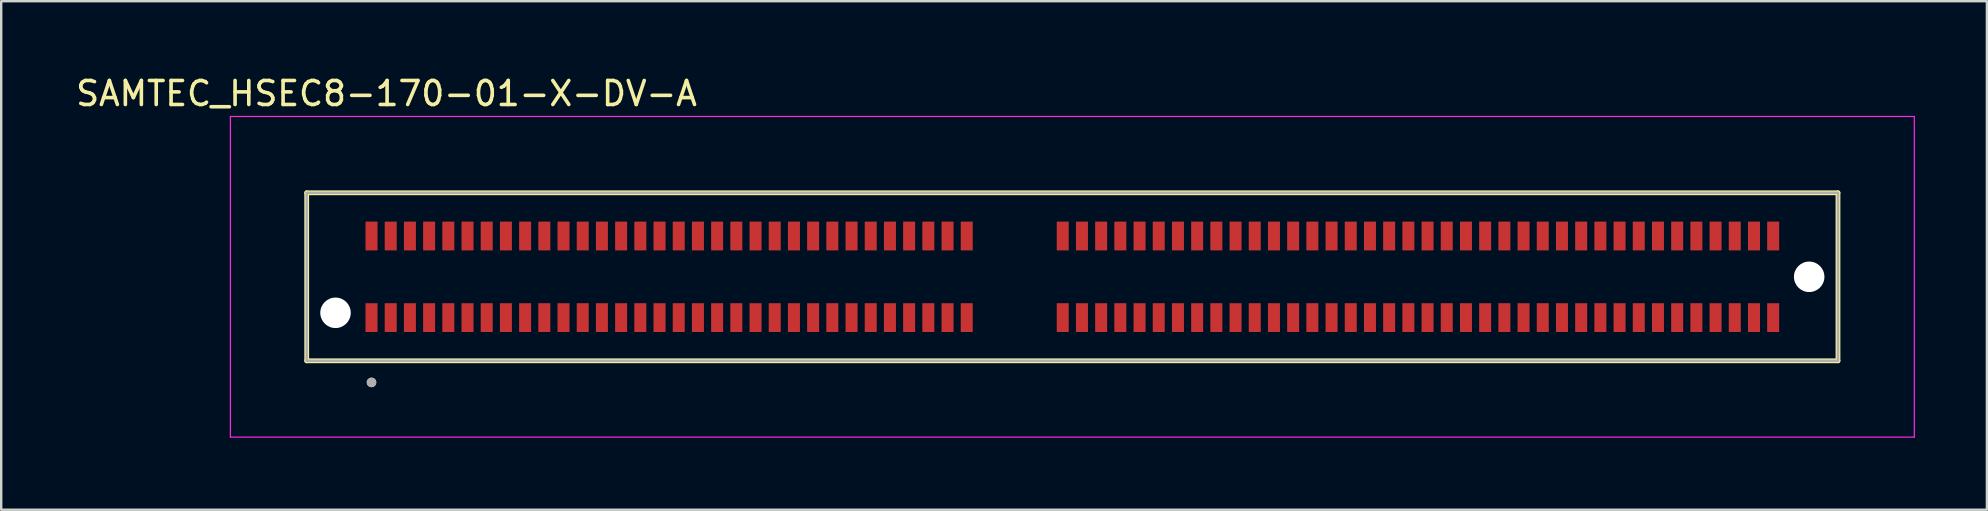
<source format=kicad_pcb>
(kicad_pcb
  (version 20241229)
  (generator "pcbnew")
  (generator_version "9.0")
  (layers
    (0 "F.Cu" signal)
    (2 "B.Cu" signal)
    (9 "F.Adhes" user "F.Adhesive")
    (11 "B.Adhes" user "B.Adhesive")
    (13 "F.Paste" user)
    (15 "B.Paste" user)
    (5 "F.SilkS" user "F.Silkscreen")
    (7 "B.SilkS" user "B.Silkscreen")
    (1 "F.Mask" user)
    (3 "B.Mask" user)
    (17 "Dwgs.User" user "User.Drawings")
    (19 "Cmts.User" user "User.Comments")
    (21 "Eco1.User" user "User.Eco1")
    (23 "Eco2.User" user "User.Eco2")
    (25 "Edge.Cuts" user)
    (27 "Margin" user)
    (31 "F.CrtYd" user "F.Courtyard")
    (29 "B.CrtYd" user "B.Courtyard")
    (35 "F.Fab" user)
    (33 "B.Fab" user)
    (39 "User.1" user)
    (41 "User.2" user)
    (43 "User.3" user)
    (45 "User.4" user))
  (footprint "SAMTEC_HSEC8-170-01-X-DV-A"
    (layer "F.Cu")
    (at 41.629 8.483)
    (property "Reference" "SAMTEC_HSEC8-170-01-X-DV-A" (at -28.575 -7.635 0) (layer "F.SilkS") (effects (font (size 1 1) (thickness 0.15))))
    (attr smd)
    (fp_line (start -31.9 -3.5) (end -31.9 3.5) (stroke (width 0.2) (type solid)) (layer "F.SilkS"))
    (fp_line (start -31.9 3.5) (end 31.9 3.5) (stroke (width 0.2) (type solid)) (layer "F.SilkS"))
    (fp_line (start 31.9 -3.5) (end -31.9 -3.5) (stroke (width 0.2) (type solid)) (layer "F.SilkS"))
    (fp_line (start 31.9 3.5) (end 31.9 -3.5) (stroke (width 0.2) (type solid)) (layer "F.SilkS"))
    (fp_circle (center -29.2 4.4) (end -29.1 4.4) (stroke (width 0.2) (type solid)) (fill no) (layer "F.SilkS"))
    (fp_line (start -35.08 -6.68) (end -35.08 6.68) (stroke (width 0.05) (type solid)) (layer "F.CrtYd"))
    (fp_line (start -35.08 6.68) (end 35.08 6.68) (stroke (width 0.05) (type solid)) (layer "F.CrtYd"))
    (fp_line (start 35.08 -6.68) (end -35.08 -6.68) (stroke (width 0.05) (type solid)) (layer "F.CrtYd"))
    (fp_line (start 35.08 6.68) (end 35.08 -6.68) (stroke (width 0.05) (type solid)) (layer "F.CrtYd"))
    (fp_line (start -31.9 -3.5) (end -31.9 3.5) (stroke (width 0.1) (type solid)) (layer "F.Fab"))
    (fp_line (start -31.9 3.5) (end 31.9 3.5) (stroke (width 0.1) (type solid)) (layer "F.Fab"))
    (fp_line (start 31.9 -3.5) (end -31.9 -3.5) (stroke (width 0.1) (type solid)) (layer "F.Fab"))
    (fp_line (start 31.9 3.5) (end 31.9 -3.5) (stroke (width 0.1) (type solid)) (layer "F.Fab"))
    (fp_circle (center -29.2 4.4) (end -29.1 4.4) (stroke (width 0.2) (type solid)) (fill no) (layer "F.Fab"))
    (pad "" np_thru_hole circle (at -30.7 1.5) (size 1.27 1.27) (drill 1.27) (layers "*.Cu" "*.Mask"))
    (pad "" np_thru_hole circle (at 30.7 0) (size 1.27 1.27) (drill 1.27) (layers "*.Cu" "*.Mask"))
    (pad "01" smd rect (at -29.2 1.7) (size 0.5 1.2) (layers "F.Cu" "F.Mask" "F.Paste"))
    (pad "02" smd rect (at -29.2 -1.7) (size 0.5 1.2) (layers "F.Cu" "F.Mask" "F.Paste"))
    (pad "03" smd rect (at -28.4 1.7) (size 0.5 1.2) (layers "F.Cu" "F.Mask" "F.Paste"))
    (pad "04" smd rect (at -28.4 -1.7) (size 0.5 1.2) (layers "F.Cu" "F.Mask" "F.Paste"))
    (pad "05" smd rect (at -27.6 1.7) (size 0.5 1.2) (layers "F.Cu" "F.Mask" "F.Paste"))
    (pad "06" smd rect (at -27.6 -1.7) (size 0.5 1.2) (layers "F.Cu" "F.Mask" "F.Paste"))
    (pad "07" smd rect (at -26.8 1.7) (size 0.5 1.2) (layers "F.Cu" "F.Mask" "F.Paste"))
    (pad "08" smd rect (at -26.8 -1.7) (size 0.5 1.2) (layers "F.Cu" "F.Mask" "F.Paste"))
    (pad "09" smd rect (at -26 1.7) (size 0.5 1.2) (layers "F.Cu" "F.Mask" "F.Paste"))
    (pad "10" smd rect (at -26 -1.7) (size 0.5 1.2) (layers "F.Cu" "F.Mask" "F.Paste"))
    (pad "11" smd rect (at -25.2 1.7) (size 0.5 1.2) (layers "F.Cu" "F.Mask" "F.Paste"))
    (pad "12" smd rect (at -25.2 -1.7) (size 0.5 1.2) (layers "F.Cu" "F.Mask" "F.Paste"))
    (pad "13" smd rect (at -24.4 1.7) (size 0.5 1.2) (layers "F.Cu" "F.Mask" "F.Paste"))
    (pad "14" smd rect (at -24.4 -1.7) (size 0.5 1.2) (layers "F.Cu" "F.Mask" "F.Paste"))
    (pad "15" smd rect (at -23.6 1.7) (size 0.5 1.2) (layers "F.Cu" "F.Mask" "F.Paste"))
    (pad "16" smd rect (at -23.6 -1.7) (size 0.5 1.2) (layers "F.Cu" "F.Mask" "F.Paste"))
    (pad "17" smd rect (at -22.8 1.7) (size 0.5 1.2) (layers "F.Cu" "F.Mask" "F.Paste"))
    (pad "18" smd rect (at -22.8 -1.7) (size 0.5 1.2) (layers "F.Cu" "F.Mask" "F.Paste"))
    (pad "19" smd rect (at -22 1.7) (size 0.5 1.2) (layers "F.Cu" "F.Mask" "F.Paste"))
    (pad "20" smd rect (at -22 -1.7) (size 0.5 1.2) (layers "F.Cu" "F.Mask" "F.Paste"))
    (pad "21" smd rect (at -21.2 1.7) (size 0.5 1.2) (layers "F.Cu" "F.Mask" "F.Paste"))
    (pad "22" smd rect (at -21.2 -1.7) (size 0.5 1.2) (layers "F.Cu" "F.Mask" "F.Paste"))
    (pad "23" smd rect (at -20.4 1.7) (size 0.5 1.2) (layers "F.Cu" "F.Mask" "F.Paste"))
    (pad "24" smd rect (at -20.4 -1.7) (size 0.5 1.2) (layers "F.Cu" "F.Mask" "F.Paste"))
    (pad "25" smd rect (at -19.6 1.7) (size 0.5 1.2) (layers "F.Cu" "F.Mask" "F.Paste"))
    (pad "26" smd rect (at -19.6 -1.7) (size 0.5 1.2) (layers "F.Cu" "F.Mask" "F.Paste"))
    (pad "27" smd rect (at -18.8 1.7) (size 0.5 1.2) (layers "F.Cu" "F.Mask" "F.Paste"))
    (pad "28" smd rect (at -18.8 -1.7) (size 0.5 1.2) (layers "F.Cu" "F.Mask" "F.Paste"))
    (pad "29" smd rect (at -18 1.7) (size 0.5 1.2) (layers "F.Cu" "F.Mask" "F.Paste"))
    (pad "30" smd rect (at -18 -1.7) (size 0.5 1.2) (layers "F.Cu" "F.Mask" "F.Paste"))
    (pad "31" smd rect (at -17.2 1.7) (size 0.5 1.2) (layers "F.Cu" "F.Mask" "F.Paste"))
    (pad "32" smd rect (at -17.2 -1.7) (size 0.5 1.2) (layers "F.Cu" "F.Mask" "F.Paste"))
    (pad "33" smd rect (at -16.4 1.7) (size 0.5 1.2) (layers "F.Cu" "F.Mask" "F.Paste"))
    (pad "34" smd rect (at -16.4 -1.7) (size 0.5 1.2) (layers "F.Cu" "F.Mask" "F.Paste"))
    (pad "35" smd rect (at -15.6 1.7) (size 0.5 1.2) (layers "F.Cu" "F.Mask" "F.Paste"))
    (pad "36" smd rect (at -15.6 -1.7) (size 0.5 1.2) (layers "F.Cu" "F.Mask" "F.Paste"))
    (pad "37" smd rect (at -14.8 1.7) (size 0.5 1.2) (layers "F.Cu" "F.Mask" "F.Paste"))
    (pad "38" smd rect (at -14.8 -1.7) (size 0.5 1.2) (layers "F.Cu" "F.Mask" "F.Paste"))
    (pad "39" smd rect (at -14 1.7) (size 0.5 1.2) (layers "F.Cu" "F.Mask" "F.Paste"))
    (pad "40" smd rect (at -14 -1.7) (size 0.5 1.2) (layers "F.Cu" "F.Mask" "F.Paste"))
    (pad "41" smd rect (at -13.2 1.7) (size 0.5 1.2) (layers "F.Cu" "F.Mask" "F.Paste"))
    (pad "42" smd rect (at -13.2 -1.7) (size 0.5 1.2) (layers "F.Cu" "F.Mask" "F.Paste"))
    (pad "43" smd rect (at -12.4 1.7) (size 0.5 1.2) (layers "F.Cu" "F.Mask" "F.Paste"))
    (pad "44" smd rect (at -12.4 -1.7) (size 0.5 1.2) (layers "F.Cu" "F.Mask" "F.Paste"))
    (pad "45" smd rect (at -11.6 1.7) (size 0.5 1.2) (layers "F.Cu" "F.Mask" "F.Paste"))
    (pad "46" smd rect (at -11.6 -1.7) (size 0.5 1.2) (layers "F.Cu" "F.Mask" "F.Paste"))
    (pad "47" smd rect (at -10.8 1.7) (size 0.5 1.2) (layers "F.Cu" "F.Mask" "F.Paste"))
    (pad "48" smd rect (at -10.8 -1.7) (size 0.5 1.2) (layers "F.Cu" "F.Mask" "F.Paste"))
    (pad "49" smd rect (at -10 1.7) (size 0.5 1.2) (layers "F.Cu" "F.Mask" "F.Paste"))
    (pad "50" smd rect (at -10 -1.7) (size 0.5 1.2) (layers "F.Cu" "F.Mask" "F.Paste"))
    (pad "51" smd rect (at -9.2 1.7) (size 0.5 1.2) (layers "F.Cu" "F.Mask" "F.Paste"))
    (pad "52" smd rect (at -9.2 -1.7) (size 0.5 1.2) (layers "F.Cu" "F.Mask" "F.Paste"))
    (pad "53" smd rect (at -8.4 1.7) (size 0.5 1.2) (layers "F.Cu" "F.Mask" "F.Paste"))
    (pad "54" smd rect (at -8.4 -1.7) (size 0.5 1.2) (layers "F.Cu" "F.Mask" "F.Paste"))
    (pad "55" smd rect (at -7.6 1.7) (size 0.5 1.2) (layers "F.Cu" "F.Mask" "F.Paste"))
    (pad "56" smd rect (at -7.6 -1.7) (size 0.5 1.2) (layers "F.Cu" "F.Mask" "F.Paste"))
    (pad "57" smd rect (at -6.8 1.7) (size 0.5 1.2) (layers "F.Cu" "F.Mask" "F.Paste"))
    (pad "58" smd rect (at -6.8 -1.7) (size 0.5 1.2) (layers "F.Cu" "F.Mask" "F.Paste"))
    (pad "59" smd rect (at -6 1.7) (size 0.5 1.2) (layers "F.Cu" "F.Mask" "F.Paste"))
    (pad "60" smd rect (at -6 -1.7) (size 0.5 1.2) (layers "F.Cu" "F.Mask" "F.Paste"))
    (pad "61" smd rect (at -5.2 1.7) (size 0.5 1.2) (layers "F.Cu" "F.Mask" "F.Paste"))
    (pad "62" smd rect (at -5.2 -1.7) (size 0.5 1.2) (layers "F.Cu" "F.Mask" "F.Paste"))
    (pad "63" smd rect (at -4.4 1.7) (size 0.5 1.2) (layers "F.Cu" "F.Mask" "F.Paste"))
    (pad "64" smd rect (at -4.4 -1.7) (size 0.5 1.2) (layers "F.Cu" "F.Mask" "F.Paste"))
    (pad "65" smd rect (at -0.4 1.7) (size 0.5 1.2) (layers "F.Cu" "F.Mask" "F.Paste"))
    (pad "66" smd rect (at -0.4 -1.7) (size 0.5 1.2) (layers "F.Cu" "F.Mask" "F.Paste"))
    (pad "67" smd rect (at 0.4 1.7) (size 0.5 1.2) (layers "F.Cu" "F.Mask" "F.Paste"))
    (pad "68" smd rect (at 0.4 -1.7) (size 0.5 1.2) (layers "F.Cu" "F.Mask" "F.Paste"))
    (pad "69" smd rect (at 1.2 1.7) (size 0.5 1.2) (layers "F.Cu" "F.Mask" "F.Paste"))
    (pad "70" smd rect (at 1.2 -1.7) (size 0.5 1.2) (layers "F.Cu" "F.Mask" "F.Paste"))
    (pad "71" smd rect (at 2 1.7) (size 0.5 1.2) (layers "F.Cu" "F.Mask" "F.Paste"))
    (pad "72" smd rect (at 2 -1.7) (size 0.5 1.2) (layers "F.Cu" "F.Mask" "F.Paste"))
    (pad "73" smd rect (at 2.8 1.7) (size 0.5 1.2) (layers "F.Cu" "F.Mask" "F.Paste"))
    (pad "74" smd rect (at 2.8 -1.7) (size 0.5 1.2) (layers "F.Cu" "F.Mask" "F.Paste"))
    (pad "75" smd rect (at 3.6 1.7) (size 0.5 1.2) (layers "F.Cu" "F.Mask" "F.Paste"))
    (pad "76" smd rect (at 3.6 -1.7) (size 0.5 1.2) (layers "F.Cu" "F.Mask" "F.Paste"))
    (pad "77" smd rect (at 4.4 1.7) (size 0.5 1.2) (layers "F.Cu" "F.Mask" "F.Paste"))
    (pad "78" smd rect (at 4.4 -1.7) (size 0.5 1.2) (layers "F.Cu" "F.Mask" "F.Paste"))
    (pad "79" smd rect (at 5.2 1.7) (size 0.5 1.2) (layers "F.Cu" "F.Mask" "F.Paste"))
    (pad "80" smd rect (at 5.2 -1.7) (size 0.5 1.2) (layers "F.Cu" "F.Mask" "F.Paste"))
    (pad "81" smd rect (at 6 1.7) (size 0.5 1.2) (layers "F.Cu" "F.Mask" "F.Paste"))
    (pad "82" smd rect (at 6 -1.7) (size 0.5 1.2) (layers "F.Cu" "F.Mask" "F.Paste"))
    (pad "83" smd rect (at 6.8 1.7) (size 0.5 1.2) (layers "F.Cu" "F.Mask" "F.Paste"))
    (pad "84" smd rect (at 6.8 -1.7) (size 0.5 1.2) (layers "F.Cu" "F.Mask" "F.Paste"))
    (pad "85" smd rect (at 7.6 1.7) (size 0.5 1.2) (layers "F.Cu" "F.Mask" "F.Paste"))
    (pad "86" smd rect (at 7.6 -1.7) (size 0.5 1.2) (layers "F.Cu" "F.Mask" "F.Paste"))
    (pad "87" smd rect (at 8.4 1.7) (size 0.5 1.2) (layers "F.Cu" "F.Mask" "F.Paste"))
    (pad "88" smd rect (at 8.4 -1.7) (size 0.5 1.2) (layers "F.Cu" "F.Mask" "F.Paste"))
    (pad "89" smd rect (at 9.2 1.7) (size 0.5 1.2) (layers "F.Cu" "F.Mask" "F.Paste"))
    (pad "90" smd rect (at 9.2 -1.7) (size 0.5 1.2) (layers "F.Cu" "F.Mask" "F.Paste"))
    (pad "91" smd rect (at 10 1.7) (size 0.5 1.2) (layers "F.Cu" "F.Mask" "F.Paste"))
    (pad "92" smd rect (at 10 -1.7) (size 0.5 1.2) (layers "F.Cu" "F.Mask" "F.Paste"))
    (pad "93" smd rect (at 10.8 1.7) (size 0.5 1.2) (layers "F.Cu" "F.Mask" "F.Paste"))
    (pad "94" smd rect (at 10.8 -1.7) (size 0.5 1.2) (layers "F.Cu" "F.Mask" "F.Paste"))
    (pad "95" smd rect (at 11.6 1.7) (size 0.5 1.2) (layers "F.Cu" "F.Mask" "F.Paste"))
    (pad "96" smd rect (at 11.6 -1.7) (size 0.5 1.2) (layers "F.Cu" "F.Mask" "F.Paste"))
    (pad "97" smd rect (at 12.4 1.7) (size 0.5 1.2) (layers "F.Cu" "F.Mask" "F.Paste"))
    (pad "98" smd rect (at 12.4 -1.7) (size 0.5 1.2) (layers "F.Cu" "F.Mask" "F.Paste"))
    (pad "99" smd rect (at 13.2 1.7) (size 0.5 1.2) (layers "F.Cu" "F.Mask" "F.Paste"))
    (pad "100" smd rect (at 13.2 -1.7) (size 0.5 1.2) (layers "F.Cu" "F.Mask" "F.Paste"))
    (pad "101" smd rect (at 14 1.7) (size 0.5 1.2) (layers "F.Cu" "F.Mask" "F.Paste"))
    (pad "102" smd rect (at 14 -1.7) (size 0.5 1.2) (layers "F.Cu" "F.Mask" "F.Paste"))
    (pad "103" smd rect (at 14.8 1.7) (size 0.5 1.2) (layers "F.Cu" "F.Mask" "F.Paste"))
    (pad "104" smd rect (at 14.8 -1.7) (size 0.5 1.2) (layers "F.Cu" "F.Mask" "F.Paste"))
    (pad "105" smd rect (at 15.6 1.7) (size 0.5 1.2) (layers "F.Cu" "F.Mask" "F.Paste"))
    (pad "106" smd rect (at 15.6 -1.7) (size 0.5 1.2) (layers "F.Cu" "F.Mask" "F.Paste"))
    (pad "107" smd rect (at 16.4 1.7) (size 0.5 1.2) (layers "F.Cu" "F.Mask" "F.Paste"))
    (pad "108" smd rect (at 16.4 -1.7) (size 0.5 1.2) (layers "F.Cu" "F.Mask" "F.Paste"))
    (pad "109" smd rect (at 17.2 1.7) (size 0.5 1.2) (layers "F.Cu" "F.Mask" "F.Paste"))
    (pad "110" smd rect (at 17.2 -1.7) (size 0.5 1.2) (layers "F.Cu" "F.Mask" "F.Paste"))
    (pad "111" smd rect (at 18 1.7) (size 0.5 1.2) (layers "F.Cu" "F.Mask" "F.Paste"))
    (pad "112" smd rect (at 18 -1.7) (size 0.5 1.2) (layers "F.Cu" "F.Mask" "F.Paste"))
    (pad "113" smd rect (at 18.8 1.7) (size 0.5 1.2) (layers "F.Cu" "F.Mask" "F.Paste"))
    (pad "114" smd rect (at 18.8 -1.7) (size 0.5 1.2) (layers "F.Cu" "F.Mask" "F.Paste"))
    (pad "115" smd rect (at 19.6 1.7) (size 0.5 1.2) (layers "F.Cu" "F.Mask" "F.Paste"))
    (pad "116" smd rect (at 19.6 -1.7) (size 0.5 1.2) (layers "F.Cu" "F.Mask" "F.Paste"))
    (pad "117" smd rect (at 20.4 1.7) (size 0.5 1.2) (layers "F.Cu" "F.Mask" "F.Paste"))
    (pad "118" smd rect (at 20.4 -1.7) (size 0.5 1.2) (layers "F.Cu" "F.Mask" "F.Paste"))
    (pad "119" smd rect (at 21.2 1.7) (size 0.5 1.2) (layers "F.Cu" "F.Mask" "F.Paste"))
    (pad "120" smd rect (at 21.2 -1.7) (size 0.5 1.2) (layers "F.Cu" "F.Mask" "F.Paste"))
    (pad "121" smd rect (at 22 1.7) (size 0.5 1.2) (layers "F.Cu" "F.Mask" "F.Paste"))
    (pad "122" smd rect (at 22 -1.7) (size 0.5 1.2) (layers "F.Cu" "F.Mask" "F.Paste"))
    (pad "123" smd rect (at 22.8 1.7) (size 0.5 1.2) (layers "F.Cu" "F.Mask" "F.Paste"))
    (pad "124" smd rect (at 22.8 -1.7) (size 0.5 1.2) (layers "F.Cu" "F.Mask" "F.Paste"))
    (pad "125" smd rect (at 23.6 1.7) (size 0.5 1.2) (layers "F.Cu" "F.Mask" "F.Paste"))
    (pad "126" smd rect (at 23.6 -1.7) (size 0.5 1.2) (layers "F.Cu" "F.Mask" "F.Paste"))
    (pad "127" smd rect (at 24.4 1.7) (size 0.5 1.2) (layers "F.Cu" "F.Mask" "F.Paste"))
    (pad "128" smd rect (at 24.4 -1.7) (size 0.5 1.2) (layers "F.Cu" "F.Mask" "F.Paste"))
    (pad "129" smd rect (at 25.2 1.7) (size 0.5 1.2) (layers "F.Cu" "F.Mask" "F.Paste"))
    (pad "130" smd rect (at 25.2 -1.7) (size 0.5 1.2) (layers "F.Cu" "F.Mask" "F.Paste"))
    (pad "131" smd rect (at 26 1.7) (size 0.5 1.2) (layers "F.Cu" "F.Mask" "F.Paste"))
    (pad "132" smd rect (at 26 -1.7) (size 0.5 1.2) (layers "F.Cu" "F.Mask" "F.Paste"))
    (pad "133" smd rect (at 26.8 1.7) (size 0.5 1.2) (layers "F.Cu" "F.Mask" "F.Paste"))
    (pad "134" smd rect (at 26.8 -1.7) (size 0.5 1.2) (layers "F.Cu" "F.Mask" "F.Paste"))
    (pad "135" smd rect (at 27.6 1.7) (size 0.5 1.2) (layers "F.Cu" "F.Mask" "F.Paste"))
    (pad "136" smd rect (at 27.6 -1.7) (size 0.5 1.2) (layers "F.Cu" "F.Mask" "F.Paste"))
    (pad "137" smd rect (at 28.4 1.7) (size 0.5 1.2) (layers "F.Cu" "F.Mask" "F.Paste"))
    (pad "138" smd rect (at 28.4 -1.7) (size 0.5 1.2) (layers "F.Cu" "F.Mask" "F.Paste"))
    (pad "139" smd rect (at 29.2 1.7) (size 0.5 1.2) (layers "F.Cu" "F.Mask" "F.Paste"))
    (pad "140" smd rect (at 29.2 -1.7) (size 0.5 1.2) (layers "F.Cu" "F.Mask" "F.Paste")))
  (gr_rect
    (start -3 -3)
    (end 79.734 18.188)
    (stroke (width 0.1) (type default))
    (fill no)
    (layer "Edge.Cuts")))
</source>
